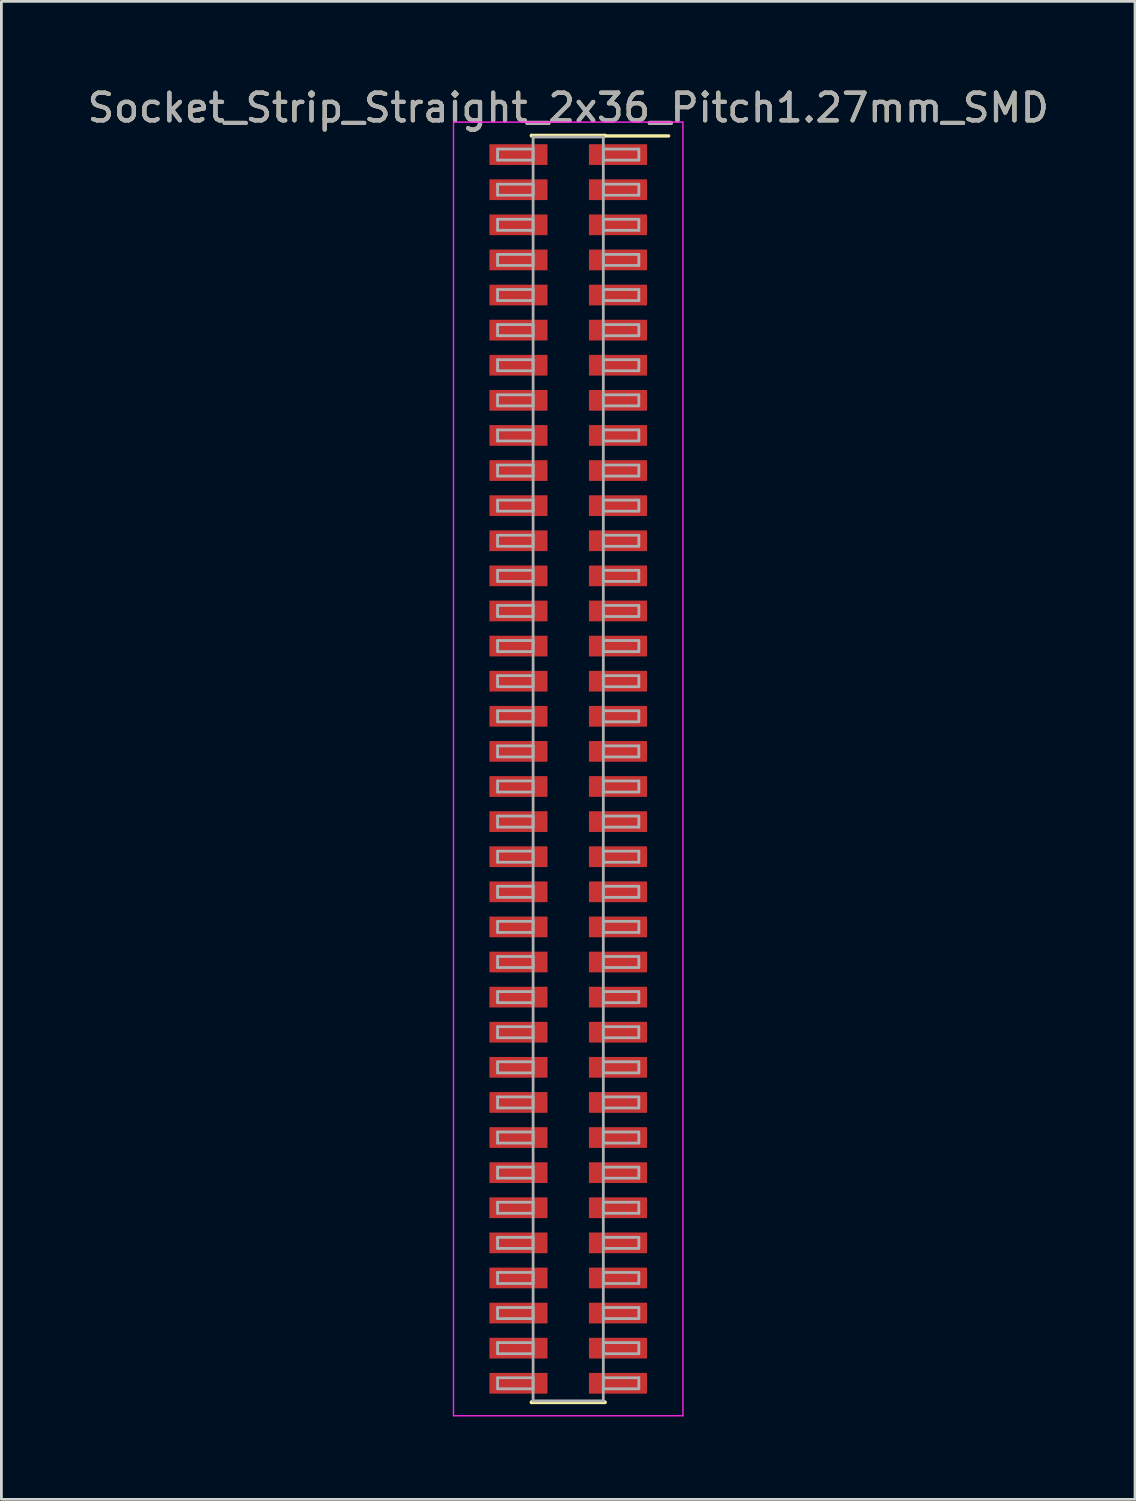
<source format=kicad_pcb>
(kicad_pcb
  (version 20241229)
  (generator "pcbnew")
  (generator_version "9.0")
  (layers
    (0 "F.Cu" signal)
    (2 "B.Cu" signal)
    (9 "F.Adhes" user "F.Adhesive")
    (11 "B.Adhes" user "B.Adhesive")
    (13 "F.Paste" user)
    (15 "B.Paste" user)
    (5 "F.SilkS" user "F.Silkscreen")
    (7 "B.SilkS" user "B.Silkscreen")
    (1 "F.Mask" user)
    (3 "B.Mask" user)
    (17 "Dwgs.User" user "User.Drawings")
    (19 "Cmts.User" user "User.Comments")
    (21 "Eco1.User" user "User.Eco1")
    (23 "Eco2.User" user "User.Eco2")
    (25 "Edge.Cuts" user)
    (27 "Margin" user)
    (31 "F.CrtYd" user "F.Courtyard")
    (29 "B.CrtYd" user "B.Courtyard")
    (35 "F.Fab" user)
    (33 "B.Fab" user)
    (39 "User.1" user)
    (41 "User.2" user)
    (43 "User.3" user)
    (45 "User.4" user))
  (footprint "Socket_Strip_Straight_2x36_Pitch1.27mm_SMD"
    (layer "F.Cu")
    (at 17.506 24.768)
    (property "Reference" "Socket_Strip_Straight_2x36_Pitch1.27mm_SMD" (at 0 -23.92 0) (layer "F.SilkS") (effects (font (size 1 1) (thickness 0.15))))
    (attr smd)
    (fp_line (start -1.33 -22.92) (end 1.33 -22.92) (stroke (width 0.12) (type solid)) (layer "F.SilkS"))
    (fp_line (start -1.33 -22.9) (end -1.33 -22.92) (stroke (width 0.12) (type solid)) (layer "F.SilkS"))
    (fp_line (start -1.33 22.9) (end -1.33 22.92) (stroke (width 0.12) (type solid)) (layer "F.SilkS"))
    (fp_line (start -1.33 22.92) (end 1.33 22.92) (stroke (width 0.12) (type solid)) (layer "F.SilkS"))
    (fp_line (start 1.33 -22.92) (end 1.33 -22.9) (stroke (width 0.12) (type solid)) (layer "F.SilkS"))
    (fp_line (start 1.33 22.92) (end 1.33 22.9) (stroke (width 0.12) (type solid)) (layer "F.SilkS"))
    (fp_line (start 3.635 -22.9) (end 1.33 -22.9) (stroke (width 0.12) (type solid)) (layer "F.SilkS"))
    (fp_line (start -4.15 -23.4) (end -4.15 23.4) (stroke (width 0.05) (type solid)) (layer "F.CrtYd"))
    (fp_line (start -4.15 23.4) (end 4.15 23.4) (stroke (width 0.05) (type solid)) (layer "F.CrtYd"))
    (fp_line (start 4.15 -23.4) (end -4.15 -23.4) (stroke (width 0.05) (type solid)) (layer "F.CrtYd"))
    (fp_line (start 4.15 23.4) (end 4.15 -23.4) (stroke (width 0.05) (type solid)) (layer "F.CrtYd"))
    (fp_line (start -2.555 -22.425) (end -1.27 -22.425) (stroke (width 0.1) (type solid)) (layer "F.Fab"))
    (fp_line (start -2.555 -22.025) (end -2.555 -22.425) (stroke (width 0.1) (type solid)) (layer "F.Fab"))
    (fp_line (start -2.555 -21.155) (end -1.27 -21.155) (stroke (width 0.1) (type solid)) (layer "F.Fab"))
    (fp_line (start -2.555 -20.755) (end -2.555 -21.155) (stroke (width 0.1) (type solid)) (layer "F.Fab"))
    (fp_line (start -2.555 -19.885) (end -1.27 -19.885) (stroke (width 0.1) (type solid)) (layer "F.Fab"))
    (fp_line (start -2.555 -19.485) (end -2.555 -19.885) (stroke (width 0.1) (type solid)) (layer "F.Fab"))
    (fp_line (start -2.555 -18.615) (end -1.27 -18.615) (stroke (width 0.1) (type solid)) (layer "F.Fab"))
    (fp_line (start -2.555 -18.215) (end -2.555 -18.615) (stroke (width 0.1) (type solid)) (layer "F.Fab"))
    (fp_line (start -2.555 -17.345) (end -1.27 -17.345) (stroke (width 0.1) (type solid)) (layer "F.Fab"))
    (fp_line (start -2.555 -16.945) (end -2.555 -17.345) (stroke (width 0.1) (type solid)) (layer "F.Fab"))
    (fp_line (start -2.555 -16.075) (end -1.27 -16.075) (stroke (width 0.1) (type solid)) (layer "F.Fab"))
    (fp_line (start -2.555 -15.675) (end -2.555 -16.075) (stroke (width 0.1) (type solid)) (layer "F.Fab"))
    (fp_line (start -2.555 -14.805) (end -1.27 -14.805) (stroke (width 0.1) (type solid)) (layer "F.Fab"))
    (fp_line (start -2.555 -14.405) (end -2.555 -14.805) (stroke (width 0.1) (type solid)) (layer "F.Fab"))
    (fp_line (start -2.555 -13.535) (end -1.27 -13.535) (stroke (width 0.1) (type solid)) (layer "F.Fab"))
    (fp_line (start -2.555 -13.135) (end -2.555 -13.535) (stroke (width 0.1) (type solid)) (layer "F.Fab"))
    (fp_line (start -2.555 -12.265) (end -1.27 -12.265) (stroke (width 0.1) (type solid)) (layer "F.Fab"))
    (fp_line (start -2.555 -11.865) (end -2.555 -12.265) (stroke (width 0.1) (type solid)) (layer "F.Fab"))
    (fp_line (start -2.555 -10.995) (end -1.27 -10.995) (stroke (width 0.1) (type solid)) (layer "F.Fab"))
    (fp_line (start -2.555 -10.595) (end -2.555 -10.995) (stroke (width 0.1) (type solid)) (layer "F.Fab"))
    (fp_line (start -2.555 -9.725) (end -1.27 -9.725) (stroke (width 0.1) (type solid)) (layer "F.Fab"))
    (fp_line (start -2.555 -9.325) (end -2.555 -9.725) (stroke (width 0.1) (type solid)) (layer "F.Fab"))
    (fp_line (start -2.555 -8.455) (end -1.27 -8.455) (stroke (width 0.1) (type solid)) (layer "F.Fab"))
    (fp_line (start -2.555 -8.055) (end -2.555 -8.455) (stroke (width 0.1) (type solid)) (layer "F.Fab"))
    (fp_line (start -2.555 -7.185) (end -1.27 -7.185) (stroke (width 0.1) (type solid)) (layer "F.Fab"))
    (fp_line (start -2.555 -6.785) (end -2.555 -7.185) (stroke (width 0.1) (type solid)) (layer "F.Fab"))
    (fp_line (start -2.555 -5.915) (end -1.27 -5.915) (stroke (width 0.1) (type solid)) (layer "F.Fab"))
    (fp_line (start -2.555 -5.515) (end -2.555 -5.915) (stroke (width 0.1) (type solid)) (layer "F.Fab"))
    (fp_line (start -2.555 -4.645) (end -1.27 -4.645) (stroke (width 0.1) (type solid)) (layer "F.Fab"))
    (fp_line (start -2.555 -4.245) (end -2.555 -4.645) (stroke (width 0.1) (type solid)) (layer "F.Fab"))
    (fp_line (start -2.555 -3.375) (end -1.27 -3.375) (stroke (width 0.1) (type solid)) (layer "F.Fab"))
    (fp_line (start -2.555 -2.975) (end -2.555 -3.375) (stroke (width 0.1) (type solid)) (layer "F.Fab"))
    (fp_line (start -2.555 -2.105) (end -1.27 -2.105) (stroke (width 0.1) (type solid)) (layer "F.Fab"))
    (fp_line (start -2.555 -1.705) (end -2.555 -2.105) (stroke (width 0.1) (type solid)) (layer "F.Fab"))
    (fp_line (start -2.555 -0.835) (end -1.27 -0.835) (stroke (width 0.1) (type solid)) (layer "F.Fab"))
    (fp_line (start -2.555 -0.435) (end -2.555 -0.835) (stroke (width 0.1) (type solid)) (layer "F.Fab"))
    (fp_line (start -2.555 0.435) (end -1.27 0.435) (stroke (width 0.1) (type solid)) (layer "F.Fab"))
    (fp_line (start -2.555 0.835) (end -2.555 0.435) (stroke (width 0.1) (type solid)) (layer "F.Fab"))
    (fp_line (start -2.555 1.705) (end -1.27 1.705) (stroke (width 0.1) (type solid)) (layer "F.Fab"))
    (fp_line (start -2.555 2.105) (end -2.555 1.705) (stroke (width 0.1) (type solid)) (layer "F.Fab"))
    (fp_line (start -2.555 2.975) (end -1.27 2.975) (stroke (width 0.1) (type solid)) (layer "F.Fab"))
    (fp_line (start -2.555 3.375) (end -2.555 2.975) (stroke (width 0.1) (type solid)) (layer "F.Fab"))
    (fp_line (start -2.555 4.245) (end -1.27 4.245) (stroke (width 0.1) (type solid)) (layer "F.Fab"))
    (fp_line (start -2.555 4.645) (end -2.555 4.245) (stroke (width 0.1) (type solid)) (layer "F.Fab"))
    (fp_line (start -2.555 5.515) (end -1.27 5.515) (stroke (width 0.1) (type solid)) (layer "F.Fab"))
    (fp_line (start -2.555 5.915) (end -2.555 5.515) (stroke (width 0.1) (type solid)) (layer "F.Fab"))
    (fp_line (start -2.555 6.785) (end -1.27 6.785) (stroke (width 0.1) (type solid)) (layer "F.Fab"))
    (fp_line (start -2.555 7.185) (end -2.555 6.785) (stroke (width 0.1) (type solid)) (layer "F.Fab"))
    (fp_line (start -2.555 8.055) (end -1.27 8.055) (stroke (width 0.1) (type solid)) (layer "F.Fab"))
    (fp_line (start -2.555 8.455) (end -2.555 8.055) (stroke (width 0.1) (type solid)) (layer "F.Fab"))
    (fp_line (start -2.555 9.325) (end -1.27 9.325) (stroke (width 0.1) (type solid)) (layer "F.Fab"))
    (fp_line (start -2.555 9.725) (end -2.555 9.325) (stroke (width 0.1) (type solid)) (layer "F.Fab"))
    (fp_line (start -2.555 10.595) (end -1.27 10.595) (stroke (width 0.1) (type solid)) (layer "F.Fab"))
    (fp_line (start -2.555 10.995) (end -2.555 10.595) (stroke (width 0.1) (type solid)) (layer "F.Fab"))
    (fp_line (start -2.555 11.865) (end -1.27 11.865) (stroke (width 0.1) (type solid)) (layer "F.Fab"))
    (fp_line (start -2.555 12.265) (end -2.555 11.865) (stroke (width 0.1) (type solid)) (layer "F.Fab"))
    (fp_line (start -2.555 13.135) (end -1.27 13.135) (stroke (width 0.1) (type solid)) (layer "F.Fab"))
    (fp_line (start -2.555 13.535) (end -2.555 13.135) (stroke (width 0.1) (type solid)) (layer "F.Fab"))
    (fp_line (start -2.555 14.405) (end -1.27 14.405) (stroke (width 0.1) (type solid)) (layer "F.Fab"))
    (fp_line (start -2.555 14.805) (end -2.555 14.405) (stroke (width 0.1) (type solid)) (layer "F.Fab"))
    (fp_line (start -2.555 15.675) (end -1.27 15.675) (stroke (width 0.1) (type solid)) (layer "F.Fab"))
    (fp_line (start -2.555 16.075) (end -2.555 15.675) (stroke (width 0.1) (type solid)) (layer "F.Fab"))
    (fp_line (start -2.555 16.945) (end -1.27 16.945) (stroke (width 0.1) (type solid)) (layer "F.Fab"))
    (fp_line (start -2.555 17.345) (end -2.555 16.945) (stroke (width 0.1) (type solid)) (layer "F.Fab"))
    (fp_line (start -2.555 18.215) (end -1.27 18.215) (stroke (width 0.1) (type solid)) (layer "F.Fab"))
    (fp_line (start -2.555 18.615) (end -2.555 18.215) (stroke (width 0.1) (type solid)) (layer "F.Fab"))
    (fp_line (start -2.555 19.485) (end -1.27 19.485) (stroke (width 0.1) (type solid)) (layer "F.Fab"))
    (fp_line (start -2.555 19.885) (end -2.555 19.485) (stroke (width 0.1) (type solid)) (layer "F.Fab"))
    (fp_line (start -2.555 20.755) (end -1.27 20.755) (stroke (width 0.1) (type solid)) (layer "F.Fab"))
    (fp_line (start -2.555 21.155) (end -2.555 20.755) (stroke (width 0.1) (type solid)) (layer "F.Fab"))
    (fp_line (start -2.555 22.025) (end -1.27 22.025) (stroke (width 0.1) (type solid)) (layer "F.Fab"))
    (fp_line (start -2.555 22.425) (end -2.555 22.025) (stroke (width 0.1) (type solid)) (layer "F.Fab"))
    (fp_line (start -1.27 -22.86) (end -1.27 22.86) (stroke (width 0.1) (type solid)) (layer "F.Fab"))
    (fp_line (start -1.27 -22.425) (end -1.27 -22.025) (stroke (width 0.1) (type solid)) (layer "F.Fab"))
    (fp_line (start -1.27 -22.025) (end -2.555 -22.025) (stroke (width 0.1) (type solid)) (layer "F.Fab"))
    (fp_line (start -1.27 -21.155) (end -1.27 -20.755) (stroke (width 0.1) (type solid)) (layer "F.Fab"))
    (fp_line (start -1.27 -20.755) (end -2.555 -20.755) (stroke (width 0.1) (type solid)) (layer "F.Fab"))
    (fp_line (start -1.27 -19.885) (end -1.27 -19.485) (stroke (width 0.1) (type solid)) (layer "F.Fab"))
    (fp_line (start -1.27 -19.485) (end -2.555 -19.485) (stroke (width 0.1) (type solid)) (layer "F.Fab"))
    (fp_line (start -1.27 -18.615) (end -1.27 -18.215) (stroke (width 0.1) (type solid)) (layer "F.Fab"))
    (fp_line (start -1.27 -18.215) (end -2.555 -18.215) (stroke (width 0.1) (type solid)) (layer "F.Fab"))
    (fp_line (start -1.27 -17.345) (end -1.27 -16.945) (stroke (width 0.1) (type solid)) (layer "F.Fab"))
    (fp_line (start -1.27 -16.945) (end -2.555 -16.945) (stroke (width 0.1) (type solid)) (layer "F.Fab"))
    (fp_line (start -1.27 -16.075) (end -1.27 -15.675) (stroke (width 0.1) (type solid)) (layer "F.Fab"))
    (fp_line (start -1.27 -15.675) (end -2.555 -15.675) (stroke (width 0.1) (type solid)) (layer "F.Fab"))
    (fp_line (start -1.27 -14.805) (end -1.27 -14.405) (stroke (width 0.1) (type solid)) (layer "F.Fab"))
    (fp_line (start -1.27 -14.405) (end -2.555 -14.405) (stroke (width 0.1) (type solid)) (layer "F.Fab"))
    (fp_line (start -1.27 -13.535) (end -1.27 -13.135) (stroke (width 0.1) (type solid)) (layer "F.Fab"))
    (fp_line (start -1.27 -13.135) (end -2.555 -13.135) (stroke (width 0.1) (type solid)) (layer "F.Fab"))
    (fp_line (start -1.27 -12.265) (end -1.27 -11.865) (stroke (width 0.1) (type solid)) (layer "F.Fab"))
    (fp_line (start -1.27 -11.865) (end -2.555 -11.865) (stroke (width 0.1) (type solid)) (layer "F.Fab"))
    (fp_line (start -1.27 -10.995) (end -1.27 -10.595) (stroke (width 0.1) (type solid)) (layer "F.Fab"))
    (fp_line (start -1.27 -10.595) (end -2.555 -10.595) (stroke (width 0.1) (type solid)) (layer "F.Fab"))
    (fp_line (start -1.27 -9.725) (end -1.27 -9.325) (stroke (width 0.1) (type solid)) (layer "F.Fab"))
    (fp_line (start -1.27 -9.325) (end -2.555 -9.325) (stroke (width 0.1) (type solid)) (layer "F.Fab"))
    (fp_line (start -1.27 -8.455) (end -1.27 -8.055) (stroke (width 0.1) (type solid)) (layer "F.Fab"))
    (fp_line (start -1.27 -8.055) (end -2.555 -8.055) (stroke (width 0.1) (type solid)) (layer "F.Fab"))
    (fp_line (start -1.27 -7.185) (end -1.27 -6.785) (stroke (width 0.1) (type solid)) (layer "F.Fab"))
    (fp_line (start -1.27 -6.785) (end -2.555 -6.785) (stroke (width 0.1) (type solid)) (layer "F.Fab"))
    (fp_line (start -1.27 -5.915) (end -1.27 -5.515) (stroke (width 0.1) (type solid)) (layer "F.Fab"))
    (fp_line (start -1.27 -5.515) (end -2.555 -5.515) (stroke (width 0.1) (type solid)) (layer "F.Fab"))
    (fp_line (start -1.27 -4.645) (end -1.27 -4.245) (stroke (width 0.1) (type solid)) (layer "F.Fab"))
    (fp_line (start -1.27 -4.245) (end -2.555 -4.245) (stroke (width 0.1) (type solid)) (layer "F.Fab"))
    (fp_line (start -1.27 -3.375) (end -1.27 -2.975) (stroke (width 0.1) (type solid)) (layer "F.Fab"))
    (fp_line (start -1.27 -2.975) (end -2.555 -2.975) (stroke (width 0.1) (type solid)) (layer "F.Fab"))
    (fp_line (start -1.27 -2.105) (end -1.27 -1.705) (stroke (width 0.1) (type solid)) (layer "F.Fab"))
    (fp_line (start -1.27 -1.705) (end -2.555 -1.705) (stroke (width 0.1) (type solid)) (layer "F.Fab"))
    (fp_line (start -1.27 -0.835) (end -1.27 -0.435) (stroke (width 0.1) (type solid)) (layer "F.Fab"))
    (fp_line (start -1.27 -0.435) (end -2.555 -0.435) (stroke (width 0.1) (type solid)) (layer "F.Fab"))
    (fp_line (start -1.27 0.435) (end -1.27 0.835) (stroke (width 0.1) (type solid)) (layer "F.Fab"))
    (fp_line (start -1.27 0.835) (end -2.555 0.835) (stroke (width 0.1) (type solid)) (layer "F.Fab"))
    (fp_line (start -1.27 1.705) (end -1.27 2.105) (stroke (width 0.1) (type solid)) (layer "F.Fab"))
    (fp_line (start -1.27 2.105) (end -2.555 2.105) (stroke (width 0.1) (type solid)) (layer "F.Fab"))
    (fp_line (start -1.27 2.975) (end -1.27 3.375) (stroke (width 0.1) (type solid)) (layer "F.Fab"))
    (fp_line (start -1.27 3.375) (end -2.555 3.375) (stroke (width 0.1) (type solid)) (layer "F.Fab"))
    (fp_line (start -1.27 4.245) (end -1.27 4.645) (stroke (width 0.1) (type solid)) (layer "F.Fab"))
    (fp_line (start -1.27 4.645) (end -2.555 4.645) (stroke (width 0.1) (type solid)) (layer "F.Fab"))
    (fp_line (start -1.27 5.515) (end -1.27 5.915) (stroke (width 0.1) (type solid)) (layer "F.Fab"))
    (fp_line (start -1.27 5.915) (end -2.555 5.915) (stroke (width 0.1) (type solid)) (layer "F.Fab"))
    (fp_line (start -1.27 6.785) (end -1.27 7.185) (stroke (width 0.1) (type solid)) (layer "F.Fab"))
    (fp_line (start -1.27 7.185) (end -2.555 7.185) (stroke (width 0.1) (type solid)) (layer "F.Fab"))
    (fp_line (start -1.27 8.055) (end -1.27 8.455) (stroke (width 0.1) (type solid)) (layer "F.Fab"))
    (fp_line (start -1.27 8.455) (end -2.555 8.455) (stroke (width 0.1) (type solid)) (layer "F.Fab"))
    (fp_line (start -1.27 9.325) (end -1.27 9.725) (stroke (width 0.1) (type solid)) (layer "F.Fab"))
    (fp_line (start -1.27 9.725) (end -2.555 9.725) (stroke (width 0.1) (type solid)) (layer "F.Fab"))
    (fp_line (start -1.27 10.595) (end -1.27 10.995) (stroke (width 0.1) (type solid)) (layer "F.Fab"))
    (fp_line (start -1.27 10.995) (end -2.555 10.995) (stroke (width 0.1) (type solid)) (layer "F.Fab"))
    (fp_line (start -1.27 11.865) (end -1.27 12.265) (stroke (width 0.1) (type solid)) (layer "F.Fab"))
    (fp_line (start -1.27 12.265) (end -2.555 12.265) (stroke (width 0.1) (type solid)) (layer "F.Fab"))
    (fp_line (start -1.27 13.135) (end -1.27 13.535) (stroke (width 0.1) (type solid)) (layer "F.Fab"))
    (fp_line (start -1.27 13.535) (end -2.555 13.535) (stroke (width 0.1) (type solid)) (layer "F.Fab"))
    (fp_line (start -1.27 14.405) (end -1.27 14.805) (stroke (width 0.1) (type solid)) (layer "F.Fab"))
    (fp_line (start -1.27 14.805) (end -2.555 14.805) (stroke (width 0.1) (type solid)) (layer "F.Fab"))
    (fp_line (start -1.27 15.675) (end -1.27 16.075) (stroke (width 0.1) (type solid)) (layer "F.Fab"))
    (fp_line (start -1.27 16.075) (end -2.555 16.075) (stroke (width 0.1) (type solid)) (layer "F.Fab"))
    (fp_line (start -1.27 16.945) (end -1.27 17.345) (stroke (width 0.1) (type solid)) (layer "F.Fab"))
    (fp_line (start -1.27 17.345) (end -2.555 17.345) (stroke (width 0.1) (type solid)) (layer "F.Fab"))
    (fp_line (start -1.27 18.215) (end -1.27 18.615) (stroke (width 0.1) (type solid)) (layer "F.Fab"))
    (fp_line (start -1.27 18.615) (end -2.555 18.615) (stroke (width 0.1) (type solid)) (layer "F.Fab"))
    (fp_line (start -1.27 19.485) (end -1.27 19.885) (stroke (width 0.1) (type solid)) (layer "F.Fab"))
    (fp_line (start -1.27 19.885) (end -2.555 19.885) (stroke (width 0.1) (type solid)) (layer "F.Fab"))
    (fp_line (start -1.27 20.755) (end -1.27 21.155) (stroke (width 0.1) (type solid)) (layer "F.Fab"))
    (fp_line (start -1.27 21.155) (end -2.555 21.155) (stroke (width 0.1) (type solid)) (layer "F.Fab"))
    (fp_line (start -1.27 22.025) (end -1.27 22.425) (stroke (width 0.1) (type solid)) (layer "F.Fab"))
    (fp_line (start -1.27 22.425) (end -2.555 22.425) (stroke (width 0.1) (type solid)) (layer "F.Fab"))
    (fp_line (start -1.27 22.86) (end 1.27 22.86) (stroke (width 0.1) (type solid)) (layer "F.Fab"))
    (fp_line (start 1.27 -22.86) (end -1.27 -22.86) (stroke (width 0.1) (type solid)) (layer "F.Fab"))
    (fp_line (start 1.27 -22.425) (end 1.27 -22.025) (stroke (width 0.1) (type solid)) (layer "F.Fab"))
    (fp_line (start 1.27 -22.025) (end 2.555 -22.025) (stroke (width 0.1) (type solid)) (layer "F.Fab"))
    (fp_line (start 1.27 -21.155) (end 1.27 -20.755) (stroke (width 0.1) (type solid)) (layer "F.Fab"))
    (fp_line (start 1.27 -20.755) (end 2.555 -20.755) (stroke (width 0.1) (type solid)) (layer "F.Fab"))
    (fp_line (start 1.27 -19.885) (end 1.27 -19.485) (stroke (width 0.1) (type solid)) (layer "F.Fab"))
    (fp_line (start 1.27 -19.485) (end 2.555 -19.485) (stroke (width 0.1) (type solid)) (layer "F.Fab"))
    (fp_line (start 1.27 -18.615) (end 1.27 -18.215) (stroke (width 0.1) (type solid)) (layer "F.Fab"))
    (fp_line (start 1.27 -18.215) (end 2.555 -18.215) (stroke (width 0.1) (type solid)) (layer "F.Fab"))
    (fp_line (start 1.27 -17.345) (end 1.27 -16.945) (stroke (width 0.1) (type solid)) (layer "F.Fab"))
    (fp_line (start 1.27 -16.945) (end 2.555 -16.945) (stroke (width 0.1) (type solid)) (layer "F.Fab"))
    (fp_line (start 1.27 -16.075) (end 1.27 -15.675) (stroke (width 0.1) (type solid)) (layer "F.Fab"))
    (fp_line (start 1.27 -15.675) (end 2.555 -15.675) (stroke (width 0.1) (type solid)) (layer "F.Fab"))
    (fp_line (start 1.27 -14.805) (end 1.27 -14.405) (stroke (width 0.1) (type solid)) (layer "F.Fab"))
    (fp_line (start 1.27 -14.405) (end 2.555 -14.405) (stroke (width 0.1) (type solid)) (layer "F.Fab"))
    (fp_line (start 1.27 -13.535) (end 1.27 -13.135) (stroke (width 0.1) (type solid)) (layer "F.Fab"))
    (fp_line (start 1.27 -13.135) (end 2.555 -13.135) (stroke (width 0.1) (type solid)) (layer "F.Fab"))
    (fp_line (start 1.27 -12.265) (end 1.27 -11.865) (stroke (width 0.1) (type solid)) (layer "F.Fab"))
    (fp_line (start 1.27 -11.865) (end 2.555 -11.865) (stroke (width 0.1) (type solid)) (layer "F.Fab"))
    (fp_line (start 1.27 -10.995) (end 1.27 -10.595) (stroke (width 0.1) (type solid)) (layer "F.Fab"))
    (fp_line (start 1.27 -10.595) (end 2.555 -10.595) (stroke (width 0.1) (type solid)) (layer "F.Fab"))
    (fp_line (start 1.27 -9.725) (end 1.27 -9.325) (stroke (width 0.1) (type solid)) (layer "F.Fab"))
    (fp_line (start 1.27 -9.325) (end 2.555 -9.325) (stroke (width 0.1) (type solid)) (layer "F.Fab"))
    (fp_line (start 1.27 -8.455) (end 1.27 -8.055) (stroke (width 0.1) (type solid)) (layer "F.Fab"))
    (fp_line (start 1.27 -8.055) (end 2.555 -8.055) (stroke (width 0.1) (type solid)) (layer "F.Fab"))
    (fp_line (start 1.27 -7.185) (end 1.27 -6.785) (stroke (width 0.1) (type solid)) (layer "F.Fab"))
    (fp_line (start 1.27 -6.785) (end 2.555 -6.785) (stroke (width 0.1) (type solid)) (layer "F.Fab"))
    (fp_line (start 1.27 -5.915) (end 1.27 -5.515) (stroke (width 0.1) (type solid)) (layer "F.Fab"))
    (fp_line (start 1.27 -5.515) (end 2.555 -5.515) (stroke (width 0.1) (type solid)) (layer "F.Fab"))
    (fp_line (start 1.27 -4.645) (end 1.27 -4.245) (stroke (width 0.1) (type solid)) (layer "F.Fab"))
    (fp_line (start 1.27 -4.245) (end 2.555 -4.245) (stroke (width 0.1) (type solid)) (layer "F.Fab"))
    (fp_line (start 1.27 -3.375) (end 1.27 -2.975) (stroke (width 0.1) (type solid)) (layer "F.Fab"))
    (fp_line (start 1.27 -2.975) (end 2.555 -2.975) (stroke (width 0.1) (type solid)) (layer "F.Fab"))
    (fp_line (start 1.27 -2.105) (end 1.27 -1.705) (stroke (width 0.1) (type solid)) (layer "F.Fab"))
    (fp_line (start 1.27 -1.705) (end 2.555 -1.705) (stroke (width 0.1) (type solid)) (layer "F.Fab"))
    (fp_line (start 1.27 -0.835) (end 1.27 -0.435) (stroke (width 0.1) (type solid)) (layer "F.Fab"))
    (fp_line (start 1.27 -0.435) (end 2.555 -0.435) (stroke (width 0.1) (type solid)) (layer "F.Fab"))
    (fp_line (start 1.27 0.435) (end 1.27 0.835) (stroke (width 0.1) (type solid)) (layer "F.Fab"))
    (fp_line (start 1.27 0.835) (end 2.555 0.835) (stroke (width 0.1) (type solid)) (layer "F.Fab"))
    (fp_line (start 1.27 1.705) (end 1.27 2.105) (stroke (width 0.1) (type solid)) (layer "F.Fab"))
    (fp_line (start 1.27 2.105) (end 2.555 2.105) (stroke (width 0.1) (type solid)) (layer "F.Fab"))
    (fp_line (start 1.27 2.975) (end 1.27 3.375) (stroke (width 0.1) (type solid)) (layer "F.Fab"))
    (fp_line (start 1.27 3.375) (end 2.555 3.375) (stroke (width 0.1) (type solid)) (layer "F.Fab"))
    (fp_line (start 1.27 4.245) (end 1.27 4.645) (stroke (width 0.1) (type solid)) (layer "F.Fab"))
    (fp_line (start 1.27 4.645) (end 2.555 4.645) (stroke (width 0.1) (type solid)) (layer "F.Fab"))
    (fp_line (start 1.27 5.515) (end 1.27 5.915) (stroke (width 0.1) (type solid)) (layer "F.Fab"))
    (fp_line (start 1.27 5.915) (end 2.555 5.915) (stroke (width 0.1) (type solid)) (layer "F.Fab"))
    (fp_line (start 1.27 6.785) (end 1.27 7.185) (stroke (width 0.1) (type solid)) (layer "F.Fab"))
    (fp_line (start 1.27 7.185) (end 2.555 7.185) (stroke (width 0.1) (type solid)) (layer "F.Fab"))
    (fp_line (start 1.27 8.055) (end 1.27 8.455) (stroke (width 0.1) (type solid)) (layer "F.Fab"))
    (fp_line (start 1.27 8.455) (end 2.555 8.455) (stroke (width 0.1) (type solid)) (layer "F.Fab"))
    (fp_line (start 1.27 9.325) (end 1.27 9.725) (stroke (width 0.1) (type solid)) (layer "F.Fab"))
    (fp_line (start 1.27 9.725) (end 2.555 9.725) (stroke (width 0.1) (type solid)) (layer "F.Fab"))
    (fp_line (start 1.27 10.595) (end 1.27 10.995) (stroke (width 0.1) (type solid)) (layer "F.Fab"))
    (fp_line (start 1.27 10.995) (end 2.555 10.995) (stroke (width 0.1) (type solid)) (layer "F.Fab"))
    (fp_line (start 1.27 11.865) (end 1.27 12.265) (stroke (width 0.1) (type solid)) (layer "F.Fab"))
    (fp_line (start 1.27 12.265) (end 2.555 12.265) (stroke (width 0.1) (type solid)) (layer "F.Fab"))
    (fp_line (start 1.27 13.135) (end 1.27 13.535) (stroke (width 0.1) (type solid)) (layer "F.Fab"))
    (fp_line (start 1.27 13.535) (end 2.555 13.535) (stroke (width 0.1) (type solid)) (layer "F.Fab"))
    (fp_line (start 1.27 14.405) (end 1.27 14.805) (stroke (width 0.1) (type solid)) (layer "F.Fab"))
    (fp_line (start 1.27 14.805) (end 2.555 14.805) (stroke (width 0.1) (type solid)) (layer "F.Fab"))
    (fp_line (start 1.27 15.675) (end 1.27 16.075) (stroke (width 0.1) (type solid)) (layer "F.Fab"))
    (fp_line (start 1.27 16.075) (end 2.555 16.075) (stroke (width 0.1) (type solid)) (layer "F.Fab"))
    (fp_line (start 1.27 16.945) (end 1.27 17.345) (stroke (width 0.1) (type solid)) (layer "F.Fab"))
    (fp_line (start 1.27 17.345) (end 2.555 17.345) (stroke (width 0.1) (type solid)) (layer "F.Fab"))
    (fp_line (start 1.27 18.215) (end 1.27 18.615) (stroke (width 0.1) (type solid)) (layer "F.Fab"))
    (fp_line (start 1.27 18.615) (end 2.555 18.615) (stroke (width 0.1) (type solid)) (layer "F.Fab"))
    (fp_line (start 1.27 19.485) (end 1.27 19.885) (stroke (width 0.1) (type solid)) (layer "F.Fab"))
    (fp_line (start 1.27 19.885) (end 2.555 19.885) (stroke (width 0.1) (type solid)) (layer "F.Fab"))
    (fp_line (start 1.27 20.755) (end 1.27 21.155) (stroke (width 0.1) (type solid)) (layer "F.Fab"))
    (fp_line (start 1.27 21.155) (end 2.555 21.155) (stroke (width 0.1) (type solid)) (layer "F.Fab"))
    (fp_line (start 1.27 22.025) (end 1.27 22.425) (stroke (width 0.1) (type solid)) (layer "F.Fab"))
    (fp_line (start 1.27 22.425) (end 2.555 22.425) (stroke (width 0.1) (type solid)) (layer "F.Fab"))
    (fp_line (start 1.27 22.86) (end 1.27 -22.86) (stroke (width 0.1) (type solid)) (layer "F.Fab"))
    (fp_line (start 2.555 -22.425) (end 1.27 -22.425) (stroke (width 0.1) (type solid)) (layer "F.Fab"))
    (fp_line (start 2.555 -22.025) (end 2.555 -22.425) (stroke (width 0.1) (type solid)) (layer "F.Fab"))
    (fp_line (start 2.555 -21.155) (end 1.27 -21.155) (stroke (width 0.1) (type solid)) (layer "F.Fab"))
    (fp_line (start 2.555 -20.755) (end 2.555 -21.155) (stroke (width 0.1) (type solid)) (layer "F.Fab"))
    (fp_line (start 2.555 -19.885) (end 1.27 -19.885) (stroke (width 0.1) (type solid)) (layer "F.Fab"))
    (fp_line (start 2.555 -19.485) (end 2.555 -19.885) (stroke (width 0.1) (type solid)) (layer "F.Fab"))
    (fp_line (start 2.555 -18.615) (end 1.27 -18.615) (stroke (width 0.1) (type solid)) (layer "F.Fab"))
    (fp_line (start 2.555 -18.215) (end 2.555 -18.615) (stroke (width 0.1) (type solid)) (layer "F.Fab"))
    (fp_line (start 2.555 -17.345) (end 1.27 -17.345) (stroke (width 0.1) (type solid)) (layer "F.Fab"))
    (fp_line (start 2.555 -16.945) (end 2.555 -17.345) (stroke (width 0.1) (type solid)) (layer "F.Fab"))
    (fp_line (start 2.555 -16.075) (end 1.27 -16.075) (stroke (width 0.1) (type solid)) (layer "F.Fab"))
    (fp_line (start 2.555 -15.675) (end 2.555 -16.075) (stroke (width 0.1) (type solid)) (layer "F.Fab"))
    (fp_line (start 2.555 -14.805) (end 1.27 -14.805) (stroke (width 0.1) (type solid)) (layer "F.Fab"))
    (fp_line (start 2.555 -14.405) (end 2.555 -14.805) (stroke (width 0.1) (type solid)) (layer "F.Fab"))
    (fp_line (start 2.555 -13.535) (end 1.27 -13.535) (stroke (width 0.1) (type solid)) (layer "F.Fab"))
    (fp_line (start 2.555 -13.135) (end 2.555 -13.535) (stroke (width 0.1) (type solid)) (layer "F.Fab"))
    (fp_line (start 2.555 -12.265) (end 1.27 -12.265) (stroke (width 0.1) (type solid)) (layer "F.Fab"))
    (fp_line (start 2.555 -11.865) (end 2.555 -12.265) (stroke (width 0.1) (type solid)) (layer "F.Fab"))
    (fp_line (start 2.555 -10.995) (end 1.27 -10.995) (stroke (width 0.1) (type solid)) (layer "F.Fab"))
    (fp_line (start 2.555 -10.595) (end 2.555 -10.995) (stroke (width 0.1) (type solid)) (layer "F.Fab"))
    (fp_line (start 2.555 -9.725) (end 1.27 -9.725) (stroke (width 0.1) (type solid)) (layer "F.Fab"))
    (fp_line (start 2.555 -9.325) (end 2.555 -9.725) (stroke (width 0.1) (type solid)) (layer "F.Fab"))
    (fp_line (start 2.555 -8.455) (end 1.27 -8.455) (stroke (width 0.1) (type solid)) (layer "F.Fab"))
    (fp_line (start 2.555 -8.055) (end 2.555 -8.455) (stroke (width 0.1) (type solid)) (layer "F.Fab"))
    (fp_line (start 2.555 -7.185) (end 1.27 -7.185) (stroke (width 0.1) (type solid)) (layer "F.Fab"))
    (fp_line (start 2.555 -6.785) (end 2.555 -7.185) (stroke (width 0.1) (type solid)) (layer "F.Fab"))
    (fp_line (start 2.555 -5.915) (end 1.27 -5.915) (stroke (width 0.1) (type solid)) (layer "F.Fab"))
    (fp_line (start 2.555 -5.515) (end 2.555 -5.915) (stroke (width 0.1) (type solid)) (layer "F.Fab"))
    (fp_line (start 2.555 -4.645) (end 1.27 -4.645) (stroke (width 0.1) (type solid)) (layer "F.Fab"))
    (fp_line (start 2.555 -4.245) (end 2.555 -4.645) (stroke (width 0.1) (type solid)) (layer "F.Fab"))
    (fp_line (start 2.555 -3.375) (end 1.27 -3.375) (stroke (width 0.1) (type solid)) (layer "F.Fab"))
    (fp_line (start 2.555 -2.975) (end 2.555 -3.375) (stroke (width 0.1) (type solid)) (layer "F.Fab"))
    (fp_line (start 2.555 -2.105) (end 1.27 -2.105) (stroke (width 0.1) (type solid)) (layer "F.Fab"))
    (fp_line (start 2.555 -1.705) (end 2.555 -2.105) (stroke (width 0.1) (type solid)) (layer "F.Fab"))
    (fp_line (start 2.555 -0.835) (end 1.27 -0.835) (stroke (width 0.1) (type solid)) (layer "F.Fab"))
    (fp_line (start 2.555 -0.435) (end 2.555 -0.835) (stroke (width 0.1) (type solid)) (layer "F.Fab"))
    (fp_line (start 2.555 0.435) (end 1.27 0.435) (stroke (width 0.1) (type solid)) (layer "F.Fab"))
    (fp_line (start 2.555 0.835) (end 2.555 0.435) (stroke (width 0.1) (type solid)) (layer "F.Fab"))
    (fp_line (start 2.555 1.705) (end 1.27 1.705) (stroke (width 0.1) (type solid)) (layer "F.Fab"))
    (fp_line (start 2.555 2.105) (end 2.555 1.705) (stroke (width 0.1) (type solid)) (layer "F.Fab"))
    (fp_line (start 2.555 2.975) (end 1.27 2.975) (stroke (width 0.1) (type solid)) (layer "F.Fab"))
    (fp_line (start 2.555 3.375) (end 2.555 2.975) (stroke (width 0.1) (type solid)) (layer "F.Fab"))
    (fp_line (start 2.555 4.245) (end 1.27 4.245) (stroke (width 0.1) (type solid)) (layer "F.Fab"))
    (fp_line (start 2.555 4.645) (end 2.555 4.245) (stroke (width 0.1) (type solid)) (layer "F.Fab"))
    (fp_line (start 2.555 5.515) (end 1.27 5.515) (stroke (width 0.1) (type solid)) (layer "F.Fab"))
    (fp_line (start 2.555 5.915) (end 2.555 5.515) (stroke (width 0.1) (type solid)) (layer "F.Fab"))
    (fp_line (start 2.555 6.785) (end 1.27 6.785) (stroke (width 0.1) (type solid)) (layer "F.Fab"))
    (fp_line (start 2.555 7.185) (end 2.555 6.785) (stroke (width 0.1) (type solid)) (layer "F.Fab"))
    (fp_line (start 2.555 8.055) (end 1.27 8.055) (stroke (width 0.1) (type solid)) (layer "F.Fab"))
    (fp_line (start 2.555 8.455) (end 2.555 8.055) (stroke (width 0.1) (type solid)) (layer "F.Fab"))
    (fp_line (start 2.555 9.325) (end 1.27 9.325) (stroke (width 0.1) (type solid)) (layer "F.Fab"))
    (fp_line (start 2.555 9.725) (end 2.555 9.325) (stroke (width 0.1) (type solid)) (layer "F.Fab"))
    (fp_line (start 2.555 10.595) (end 1.27 10.595) (stroke (width 0.1) (type solid)) (layer "F.Fab"))
    (fp_line (start 2.555 10.995) (end 2.555 10.595) (stroke (width 0.1) (type solid)) (layer "F.Fab"))
    (fp_line (start 2.555 11.865) (end 1.27 11.865) (stroke (width 0.1) (type solid)) (layer "F.Fab"))
    (fp_line (start 2.555 12.265) (end 2.555 11.865) (stroke (width 0.1) (type solid)) (layer "F.Fab"))
    (fp_line (start 2.555 13.135) (end 1.27 13.135) (stroke (width 0.1) (type solid)) (layer "F.Fab"))
    (fp_line (start 2.555 13.535) (end 2.555 13.135) (stroke (width 0.1) (type solid)) (layer "F.Fab"))
    (fp_line (start 2.555 14.405) (end 1.27 14.405) (stroke (width 0.1) (type solid)) (layer "F.Fab"))
    (fp_line (start 2.555 14.805) (end 2.555 14.405) (stroke (width 0.1) (type solid)) (layer "F.Fab"))
    (fp_line (start 2.555 15.675) (end 1.27 15.675) (stroke (width 0.1) (type solid)) (layer "F.Fab"))
    (fp_line (start 2.555 16.075) (end 2.555 15.675) (stroke (width 0.1) (type solid)) (layer "F.Fab"))
    (fp_line (start 2.555 16.945) (end 1.27 16.945) (stroke (width 0.1) (type solid)) (layer "F.Fab"))
    (fp_line (start 2.555 17.345) (end 2.555 16.945) (stroke (width 0.1) (type solid)) (layer "F.Fab"))
    (fp_line (start 2.555 18.215) (end 1.27 18.215) (stroke (width 0.1) (type solid)) (layer "F.Fab"))
    (fp_line (start 2.555 18.615) (end 2.555 18.215) (stroke (width 0.1) (type solid)) (layer "F.Fab"))
    (fp_line (start 2.555 19.485) (end 1.27 19.485) (stroke (width 0.1) (type solid)) (layer "F.Fab"))
    (fp_line (start 2.555 19.885) (end 2.555 19.485) (stroke (width 0.1) (type solid)) (layer "F.Fab"))
    (fp_line (start 2.555 20.755) (end 1.27 20.755) (stroke (width 0.1) (type solid)) (layer "F.Fab"))
    (fp_line (start 2.555 21.155) (end 2.555 20.755) (stroke (width 0.1) (type solid)) (layer "F.Fab"))
    (fp_line (start 2.555 22.025) (end 1.27 22.025) (stroke (width 0.1) (type solid)) (layer "F.Fab"))
    (fp_line (start 2.555 22.425) (end 2.555 22.025) (stroke (width 0.1) (type solid)) (layer "F.Fab"))
    (fp_text user "${REFERENCE}" (at 0 -23.92 0) (layer "F.Fab") (effects (font (size 1 1) (thickness 0.15))))
    (pad "1" smd rect (at 1.8 -22.225) (size 2.1 0.75) (layers "F.Cu" "F.Mask" "F.Paste"))
    (pad "2" smd rect (at -1.8 -22.225) (size 2.1 0.75) (layers "F.Cu" "F.Mask" "F.Paste"))
    (pad "3" smd rect (at 1.8 -20.955) (size 2.1 0.75) (layers "F.Cu" "F.Mask" "F.Paste"))
    (pad "4" smd rect (at -1.8 -20.955) (size 2.1 0.75) (layers "F.Cu" "F.Mask" "F.Paste"))
    (pad "5" smd rect (at 1.8 -19.685) (size 2.1 0.75) (layers "F.Cu" "F.Mask" "F.Paste"))
    (pad "6" smd rect (at -1.8 -19.685) (size 2.1 0.75) (layers "F.Cu" "F.Mask" "F.Paste"))
    (pad "7" smd rect (at 1.8 -18.415) (size 2.1 0.75) (layers "F.Cu" "F.Mask" "F.Paste"))
    (pad "8" smd rect (at -1.8 -18.415) (size 2.1 0.75) (layers "F.Cu" "F.Mask" "F.Paste"))
    (pad "9" smd rect (at 1.8 -17.145) (size 2.1 0.75) (layers "F.Cu" "F.Mask" "F.Paste"))
    (pad "10" smd rect (at -1.8 -17.145) (size 2.1 0.75) (layers "F.Cu" "F.Mask" "F.Paste"))
    (pad "11" smd rect (at 1.8 -15.875) (size 2.1 0.75) (layers "F.Cu" "F.Mask" "F.Paste"))
    (pad "12" smd rect (at -1.8 -15.875) (size 2.1 0.75) (layers "F.Cu" "F.Mask" "F.Paste"))
    (pad "13" smd rect (at 1.8 -14.605) (size 2.1 0.75) (layers "F.Cu" "F.Mask" "F.Paste"))
    (pad "14" smd rect (at -1.8 -14.605) (size 2.1 0.75) (layers "F.Cu" "F.Mask" "F.Paste"))
    (pad "15" smd rect (at 1.8 -13.335) (size 2.1 0.75) (layers "F.Cu" "F.Mask" "F.Paste"))
    (pad "16" smd rect (at -1.8 -13.335) (size 2.1 0.75) (layers "F.Cu" "F.Mask" "F.Paste"))
    (pad "17" smd rect (at 1.8 -12.065) (size 2.1 0.75) (layers "F.Cu" "F.Mask" "F.Paste"))
    (pad "18" smd rect (at -1.8 -12.065) (size 2.1 0.75) (layers "F.Cu" "F.Mask" "F.Paste"))
    (pad "19" smd rect (at 1.8 -10.795) (size 2.1 0.75) (layers "F.Cu" "F.Mask" "F.Paste"))
    (pad "20" smd rect (at -1.8 -10.795) (size 2.1 0.75) (layers "F.Cu" "F.Mask" "F.Paste"))
    (pad "21" smd rect (at 1.8 -9.525) (size 2.1 0.75) (layers "F.Cu" "F.Mask" "F.Paste"))
    (pad "22" smd rect (at -1.8 -9.525) (size 2.1 0.75) (layers "F.Cu" "F.Mask" "F.Paste"))
    (pad "23" smd rect (at 1.8 -8.255) (size 2.1 0.75) (layers "F.Cu" "F.Mask" "F.Paste"))
    (pad "24" smd rect (at -1.8 -8.255) (size 2.1 0.75) (layers "F.Cu" "F.Mask" "F.Paste"))
    (pad "25" smd rect (at 1.8 -6.985) (size 2.1 0.75) (layers "F.Cu" "F.Mask" "F.Paste"))
    (pad "26" smd rect (at -1.8 -6.985) (size 2.1 0.75) (layers "F.Cu" "F.Mask" "F.Paste"))
    (pad "27" smd rect (at 1.8 -5.715) (size 2.1 0.75) (layers "F.Cu" "F.Mask" "F.Paste"))
    (pad "28" smd rect (at -1.8 -5.715) (size 2.1 0.75) (layers "F.Cu" "F.Mask" "F.Paste"))
    (pad "29" smd rect (at 1.8 -4.445) (size 2.1 0.75) (layers "F.Cu" "F.Mask" "F.Paste"))
    (pad "30" smd rect (at -1.8 -4.445) (size 2.1 0.75) (layers "F.Cu" "F.Mask" "F.Paste"))
    (pad "31" smd rect (at 1.8 -3.175) (size 2.1 0.75) (layers "F.Cu" "F.Mask" "F.Paste"))
    (pad "32" smd rect (at -1.8 -3.175) (size 2.1 0.75) (layers "F.Cu" "F.Mask" "F.Paste"))
    (pad "33" smd rect (at 1.8 -1.905) (size 2.1 0.75) (layers "F.Cu" "F.Mask" "F.Paste"))
    (pad "34" smd rect (at -1.8 -1.905) (size 2.1 0.75) (layers "F.Cu" "F.Mask" "F.Paste"))
    (pad "35" smd rect (at 1.8 -0.635) (size 2.1 0.75) (layers "F.Cu" "F.Mask" "F.Paste"))
    (pad "36" smd rect (at -1.8 -0.635) (size 2.1 0.75) (layers "F.Cu" "F.Mask" "F.Paste"))
    (pad "37" smd rect (at 1.8 0.635) (size 2.1 0.75) (layers "F.Cu" "F.Mask" "F.Paste"))
    (pad "38" smd rect (at -1.8 0.635) (size 2.1 0.75) (layers "F.Cu" "F.Mask" "F.Paste"))
    (pad "39" smd rect (at 1.8 1.905) (size 2.1 0.75) (layers "F.Cu" "F.Mask" "F.Paste"))
    (pad "40" smd rect (at -1.8 1.905) (size 2.1 0.75) (layers "F.Cu" "F.Mask" "F.Paste"))
    (pad "41" smd rect (at 1.8 3.175) (size 2.1 0.75) (layers "F.Cu" "F.Mask" "F.Paste"))
    (pad "42" smd rect (at -1.8 3.175) (size 2.1 0.75) (layers "F.Cu" "F.Mask" "F.Paste"))
    (pad "43" smd rect (at 1.8 4.445) (size 2.1 0.75) (layers "F.Cu" "F.Mask" "F.Paste"))
    (pad "44" smd rect (at -1.8 4.445) (size 2.1 0.75) (layers "F.Cu" "F.Mask" "F.Paste"))
    (pad "45" smd rect (at 1.8 5.715) (size 2.1 0.75) (layers "F.Cu" "F.Mask" "F.Paste"))
    (pad "46" smd rect (at -1.8 5.715) (size 2.1 0.75) (layers "F.Cu" "F.Mask" "F.Paste"))
    (pad "47" smd rect (at 1.8 6.985) (size 2.1 0.75) (layers "F.Cu" "F.Mask" "F.Paste"))
    (pad "48" smd rect (at -1.8 6.985) (size 2.1 0.75) (layers "F.Cu" "F.Mask" "F.Paste"))
    (pad "49" smd rect (at 1.8 8.255) (size 2.1 0.75) (layers "F.Cu" "F.Mask" "F.Paste"))
    (pad "50" smd rect (at -1.8 8.255) (size 2.1 0.75) (layers "F.Cu" "F.Mask" "F.Paste"))
    (pad "51" smd rect (at 1.8 9.525) (size 2.1 0.75) (layers "F.Cu" "F.Mask" "F.Paste"))
    (pad "52" smd rect (at -1.8 9.525) (size 2.1 0.75) (layers "F.Cu" "F.Mask" "F.Paste"))
    (pad "53" smd rect (at 1.8 10.795) (size 2.1 0.75) (layers "F.Cu" "F.Mask" "F.Paste"))
    (pad "54" smd rect (at -1.8 10.795) (size 2.1 0.75) (layers "F.Cu" "F.Mask" "F.Paste"))
    (pad "55" smd rect (at 1.8 12.065) (size 2.1 0.75) (layers "F.Cu" "F.Mask" "F.Paste"))
    (pad "56" smd rect (at -1.8 12.065) (size 2.1 0.75) (layers "F.Cu" "F.Mask" "F.Paste"))
    (pad "57" smd rect (at 1.8 13.335) (size 2.1 0.75) (layers "F.Cu" "F.Mask" "F.Paste"))
    (pad "58" smd rect (at -1.8 13.335) (size 2.1 0.75) (layers "F.Cu" "F.Mask" "F.Paste"))
    (pad "59" smd rect (at 1.8 14.605) (size 2.1 0.75) (layers "F.Cu" "F.Mask" "F.Paste"))
    (pad "60" smd rect (at -1.8 14.605) (size 2.1 0.75) (layers "F.Cu" "F.Mask" "F.Paste"))
    (pad "61" smd rect (at 1.8 15.875) (size 2.1 0.75) (layers "F.Cu" "F.Mask" "F.Paste"))
    (pad "62" smd rect (at -1.8 15.875) (size 2.1 0.75) (layers "F.Cu" "F.Mask" "F.Paste"))
    (pad "63" smd rect (at 1.8 17.145) (size 2.1 0.75) (layers "F.Cu" "F.Mask" "F.Paste"))
    (pad "64" smd rect (at -1.8 17.145) (size 2.1 0.75) (layers "F.Cu" "F.Mask" "F.Paste"))
    (pad "65" smd rect (at 1.8 18.415) (size 2.1 0.75) (layers "F.Cu" "F.Mask" "F.Paste"))
    (pad "66" smd rect (at -1.8 18.415) (size 2.1 0.75) (layers "F.Cu" "F.Mask" "F.Paste"))
    (pad "67" smd rect (at 1.8 19.685) (size 2.1 0.75) (layers "F.Cu" "F.Mask" "F.Paste"))
    (pad "68" smd rect (at -1.8 19.685) (size 2.1 0.75) (layers "F.Cu" "F.Mask" "F.Paste"))
    (pad "69" smd rect (at 1.8 20.955) (size 2.1 0.75) (layers "F.Cu" "F.Mask" "F.Paste"))
    (pad "70" smd rect (at -1.8 20.955) (size 2.1 0.75) (layers "F.Cu" "F.Mask" "F.Paste"))
    (pad "71" smd rect (at 1.8 22.225) (size 2.1 0.75) (layers "F.Cu" "F.Mask" "F.Paste"))
    (pad "72" smd rect (at -1.8 22.225) (size 2.1 0.75) (layers "F.Cu" "F.Mask" "F.Paste")))
  (gr_rect
    (start -3 -3)
    (end 38.012 51.193)
    (stroke (width 0.1) (type default))
    (fill no)
    (layer "Edge.Cuts")))
</source>
